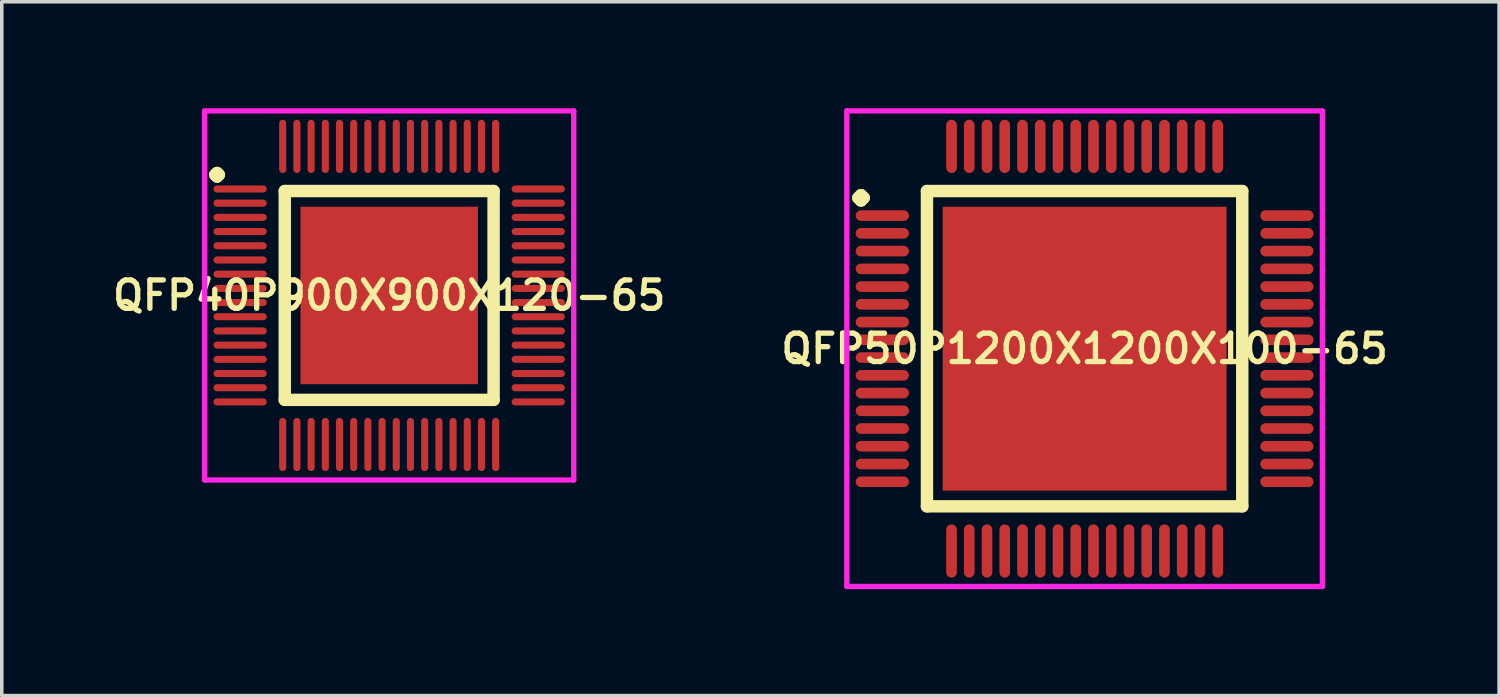
<source format=kicad_pcb>
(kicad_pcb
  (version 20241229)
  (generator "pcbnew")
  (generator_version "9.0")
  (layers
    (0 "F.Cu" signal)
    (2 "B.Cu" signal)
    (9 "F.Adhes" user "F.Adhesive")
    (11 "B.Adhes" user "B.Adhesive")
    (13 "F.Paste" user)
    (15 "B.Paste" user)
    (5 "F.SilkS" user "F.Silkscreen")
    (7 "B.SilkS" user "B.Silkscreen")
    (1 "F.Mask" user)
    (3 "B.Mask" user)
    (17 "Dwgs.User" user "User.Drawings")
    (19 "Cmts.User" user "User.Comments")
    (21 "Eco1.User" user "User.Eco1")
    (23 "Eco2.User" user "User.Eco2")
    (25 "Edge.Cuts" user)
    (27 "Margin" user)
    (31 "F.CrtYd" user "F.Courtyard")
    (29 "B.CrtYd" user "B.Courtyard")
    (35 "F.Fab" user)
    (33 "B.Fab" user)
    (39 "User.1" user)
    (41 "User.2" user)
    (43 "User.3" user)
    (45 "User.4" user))
  (footprint "QFP40P900X900X120-65"
    (layer "F.Cu")
    (at 7.916 5.275)
    (property "Reference" "QFP40P900X900X120-65" (at 0 0 0) (layer "F.SilkS") (effects (font (size 0.8 0.8) (thickness 0.15))))
    (attr smd)
    (fp_line (start -4.9 -3.4) (end -4.85 -3.45) (stroke (width 0.35) (type solid)) (layer "F.SilkS"))
    (fp_line (start -4.85 -3.45) (end -4.8 -3.4) (stroke (width 0.35) (type solid)) (layer "F.SilkS"))
    (fp_line (start -4.85 -3.35) (end -4.9 -3.4) (stroke (width 0.35) (type solid)) (layer "F.SilkS"))
    (fp_line (start -4.8 -3.4) (end -4.85 -3.35) (stroke (width 0.35) (type solid)) (layer "F.SilkS"))
    (fp_line (start -2.942 -2.942) (end -2.942 2.942) (stroke (width 0.35) (type solid)) (layer "F.SilkS"))
    (fp_line (start -2.942 2.942) (end 2.942 2.942) (stroke (width 0.35) (type solid)) (layer "F.SilkS"))
    (fp_line (start 2.942 -2.942) (end -2.942 -2.942) (stroke (width 0.35) (type solid)) (layer "F.SilkS"))
    (fp_line (start 2.942 2.942) (end 2.942 -2.942) (stroke (width 0.35) (type solid)) (layer "F.SilkS"))
    (fp_line (start -5.2 -5.2) (end 5.2 -5.2) (stroke (width 0.15) (type solid)) (layer "F.CrtYd"))
    (fp_line (start -5.2 5.2) (end -5.2 -5.2) (stroke (width 0.15) (type solid)) (layer "F.CrtYd"))
    (fp_line (start 5.2 -5.2) (end 5.2 5.2) (stroke (width 0.15) (type solid)) (layer "F.CrtYd"))
    (fp_line (start 5.2 5.2) (end -5.2 5.2) (stroke (width 0.15) (type solid)) (layer "F.CrtYd"))
    (pad "1" smd oval (at -4.2 -3) (size 1.5 0.2) (layers "F.Cu" "F.Mask" "F.Paste"))
    (pad "2" smd oval (at -4.2 -2.6) (size 1.5 0.2) (layers "F.Cu" "F.Mask" "F.Paste"))
    (pad "3" smd oval (at -4.2 -2.2) (size 1.5 0.2) (layers "F.Cu" "F.Mask" "F.Paste"))
    (pad "4" smd oval (at -4.2 -1.8) (size 1.5 0.2) (layers "F.Cu" "F.Mask" "F.Paste"))
    (pad "5" smd oval (at -4.2 -1.4) (size 1.5 0.2) (layers "F.Cu" "F.Mask" "F.Paste"))
    (pad "6" smd oval (at -4.2 -1) (size 1.5 0.2) (layers "F.Cu" "F.Mask" "F.Paste"))
    (pad "7" smd oval (at -4.2 -0.6) (size 1.5 0.2) (layers "F.Cu" "F.Mask" "F.Paste"))
    (pad "8" smd oval (at -4.2 -0.2) (size 1.5 0.2) (layers "F.Cu" "F.Mask" "F.Paste"))
    (pad "9" smd oval (at -4.2 0.2) (size 1.5 0.2) (layers "F.Cu" "F.Mask" "F.Paste"))
    (pad "10" smd oval (at -4.2 0.6) (size 1.5 0.2) (layers "F.Cu" "F.Mask" "F.Paste"))
    (pad "11" smd oval (at -4.2 1) (size 1.5 0.2) (layers "F.Cu" "F.Mask" "F.Paste"))
    (pad "12" smd oval (at -4.2 1.4) (size 1.5 0.2) (layers "F.Cu" "F.Mask" "F.Paste"))
    (pad "13" smd oval (at -4.2 1.8) (size 1.5 0.2) (layers "F.Cu" "F.Mask" "F.Paste"))
    (pad "14" smd oval (at -4.2 2.2) (size 1.5 0.2) (layers "F.Cu" "F.Mask" "F.Paste"))
    (pad "15" smd oval (at -4.2 2.6) (size 1.5 0.2) (layers "F.Cu" "F.Mask" "F.Paste"))
    (pad "16" smd oval (at -4.2 3) (size 1.5 0.2) (layers "F.Cu" "F.Mask" "F.Paste"))
    (pad "17" smd oval (at -3 4.2) (size 0.2 1.5) (layers "F.Cu" "F.Mask" "F.Paste"))
    (pad "18" smd oval (at -2.6 4.2) (size 0.2 1.5) (layers "F.Cu" "F.Mask" "F.Paste"))
    (pad "19" smd oval (at -2.2 4.2) (size 0.2 1.5) (layers "F.Cu" "F.Mask" "F.Paste"))
    (pad "20" smd oval (at -1.8 4.2) (size 0.2 1.5) (layers "F.Cu" "F.Mask" "F.Paste"))
    (pad "21" smd oval (at -1.4 4.2) (size 0.2 1.5) (layers "F.Cu" "F.Mask" "F.Paste"))
    (pad "22" smd oval (at -1 4.2) (size 0.2 1.5) (layers "F.Cu" "F.Mask" "F.Paste"))
    (pad "23" smd oval (at -0.6 4.2) (size 0.2 1.5) (layers "F.Cu" "F.Mask" "F.Paste"))
    (pad "24" smd oval (at -0.2 4.2) (size 0.2 1.5) (layers "F.Cu" "F.Mask" "F.Paste"))
    (pad "25" smd oval (at 0.2 4.2) (size 0.2 1.5) (layers "F.Cu" "F.Mask" "F.Paste"))
    (pad "26" smd oval (at 0.6 4.2) (size 0.2 1.5) (layers "F.Cu" "F.Mask" "F.Paste"))
    (pad "27" smd oval (at 1 4.2) (size 0.2 1.5) (layers "F.Cu" "F.Mask" "F.Paste"))
    (pad "28" smd oval (at 1.4 4.2) (size 0.2 1.5) (layers "F.Cu" "F.Mask" "F.Paste"))
    (pad "29" smd oval (at 1.8 4.2) (size 0.2 1.5) (layers "F.Cu" "F.Mask" "F.Paste"))
    (pad "30" smd oval (at 2.2 4.2) (size 0.2 1.5) (layers "F.Cu" "F.Mask" "F.Paste"))
    (pad "31" smd oval (at 2.6 4.2) (size 0.2 1.5) (layers "F.Cu" "F.Mask" "F.Paste"))
    (pad "32" smd oval (at 3 4.2) (size 0.2 1.5) (layers "F.Cu" "F.Mask" "F.Paste"))
    (pad "33" smd oval (at 4.2 3) (size 1.5 0.2) (layers "F.Cu" "F.Mask" "F.Paste"))
    (pad "34" smd oval (at 4.2 2.6) (size 1.5 0.2) (layers "F.Cu" "F.Mask" "F.Paste"))
    (pad "35" smd oval (at 4.2 2.2) (size 1.5 0.2) (layers "F.Cu" "F.Mask" "F.Paste"))
    (pad "36" smd oval (at 4.2 1.8) (size 1.5 0.2) (layers "F.Cu" "F.Mask" "F.Paste"))
    (pad "37" smd oval (at 4.2 1.4) (size 1.5 0.2) (layers "F.Cu" "F.Mask" "F.Paste"))
    (pad "38" smd oval (at 4.2 1) (size 1.5 0.2) (layers "F.Cu" "F.Mask" "F.Paste"))
    (pad "39" smd oval (at 4.2 0.6) (size 1.5 0.2) (layers "F.Cu" "F.Mask" "F.Paste"))
    (pad "40" smd oval (at 4.2 0.2) (size 1.5 0.2) (layers "F.Cu" "F.Mask" "F.Paste"))
    (pad "41" smd oval (at 4.2 -0.2) (size 1.5 0.2) (layers "F.Cu" "F.Mask" "F.Paste"))
    (pad "42" smd oval (at 4.2 -0.6) (size 1.5 0.2) (layers "F.Cu" "F.Mask" "F.Paste"))
    (pad "43" smd oval (at 4.2 -1) (size 1.5 0.2) (layers "F.Cu" "F.Mask" "F.Paste"))
    (pad "44" smd oval (at 4.2 -1.4) (size 1.5 0.2) (layers "F.Cu" "F.Mask" "F.Paste"))
    (pad "45" smd oval (at 4.2 -1.8) (size 1.5 0.2) (layers "F.Cu" "F.Mask" "F.Paste"))
    (pad "46" smd oval (at 4.2 -2.2) (size 1.5 0.2) (layers "F.Cu" "F.Mask" "F.Paste"))
    (pad "47" smd oval (at 4.2 -2.6) (size 1.5 0.2) (layers "F.Cu" "F.Mask" "F.Paste"))
    (pad "48" smd oval (at 4.2 -3) (size 1.5 0.2) (layers "F.Cu" "F.Mask" "F.Paste"))
    (pad "49" smd oval (at 3 -4.2) (size 0.2 1.5) (layers "F.Cu" "F.Mask" "F.Paste"))
    (pad "50" smd oval (at 2.6 -4.2) (size 0.2 1.5) (layers "F.Cu" "F.Mask" "F.Paste"))
    (pad "51" smd oval (at 2.2 -4.2) (size 0.2 1.5) (layers "F.Cu" "F.Mask" "F.Paste"))
    (pad "52" smd oval (at 1.8 -4.2) (size 0.2 1.5) (layers "F.Cu" "F.Mask" "F.Paste"))
    (pad "53" smd oval (at 1.4 -4.2) (size 0.2 1.5) (layers "F.Cu" "F.Mask" "F.Paste"))
    (pad "54" smd oval (at 1 -4.2) (size 0.2 1.5) (layers "F.Cu" "F.Mask" "F.Paste"))
    (pad "55" smd oval (at 0.6 -4.2) (size 0.2 1.5) (layers "F.Cu" "F.Mask" "F.Paste"))
    (pad "56" smd oval (at 0.2 -4.2) (size 0.2 1.5) (layers "F.Cu" "F.Mask" "F.Paste"))
    (pad "57" smd oval (at -0.2 -4.2) (size 0.2 1.5) (layers "F.Cu" "F.Mask" "F.Paste"))
    (pad "58" smd oval (at -0.6 -4.2) (size 0.2 1.5) (layers "F.Cu" "F.Mask" "F.Paste"))
    (pad "59" smd oval (at -1 -4.2) (size 0.2 1.5) (layers "F.Cu" "F.Mask" "F.Paste"))
    (pad "60" smd oval (at -1.4 -4.2) (size 0.2 1.5) (layers "F.Cu" "F.Mask" "F.Paste"))
    (pad "61" smd oval (at -1.8 -4.2) (size 0.2 1.5) (layers "F.Cu" "F.Mask" "F.Paste"))
    (pad "62" smd oval (at -2.2 -4.2) (size 0.2 1.5) (layers "F.Cu" "F.Mask" "F.Paste"))
    (pad "63" smd oval (at -2.6 -4.2) (size 0.2 1.5) (layers "F.Cu" "F.Mask" "F.Paste"))
    (pad "64" smd oval (at -3 -4.2) (size 0.2 1.5) (layers "F.Cu" "F.Mask" "F.Paste"))
    (pad "65" smd rect (at 0 0) (size 5 5) (layers "F.Cu" "F.Mask" "F.Paste")))
  (footprint "QFP50P1200X1200X100-65"
    (layer "F.Cu")
    (at 27.511 6.775)
    (property "Reference" "QFP50P1200X1200X100-65" (at 0 0 0) (layer "F.SilkS") (effects (font (size 0.8 0.8) (thickness 0.15))))
    (attr smd)
    (fp_line (start -6.375 -4.25) (end -6.3 -4.325) (stroke (width 0.35) (type solid)) (layer "F.SilkS"))
    (fp_line (start -6.3 -4.325) (end -6.225 -4.25) (stroke (width 0.35) (type solid)) (layer "F.SilkS"))
    (fp_line (start -6.3 -4.175) (end -6.375 -4.25) (stroke (width 0.35) (type solid)) (layer "F.SilkS"))
    (fp_line (start -6.225 -4.25) (end -6.3 -4.175) (stroke (width 0.35) (type solid)) (layer "F.SilkS"))
    (fp_line (start -4.442 -4.442) (end -4.442 4.442) (stroke (width 0.35) (type solid)) (layer "F.SilkS"))
    (fp_line (start -4.442 4.442) (end 4.442 4.442) (stroke (width 0.35) (type solid)) (layer "F.SilkS"))
    (fp_line (start 4.442 -4.442) (end -4.442 -4.442) (stroke (width 0.35) (type solid)) (layer "F.SilkS"))
    (fp_line (start 4.442 4.442) (end 4.442 -4.442) (stroke (width 0.35) (type solid)) (layer "F.SilkS"))
    (fp_line (start -6.7 -6.7) (end 6.7 -6.7) (stroke (width 0.15) (type solid)) (layer "F.CrtYd"))
    (fp_line (start -6.7 6.7) (end -6.7 -6.7) (stroke (width 0.15) (type solid)) (layer "F.CrtYd"))
    (fp_line (start 6.7 -6.7) (end 6.7 6.7) (stroke (width 0.15) (type solid)) (layer "F.CrtYd"))
    (fp_line (start 6.7 6.7) (end -6.7 6.7) (stroke (width 0.15) (type solid)) (layer "F.CrtYd"))
    (pad "1" smd oval (at -5.7 -3.75) (size 1.5 0.3) (layers "F.Cu" "F.Mask" "F.Paste"))
    (pad "2" smd oval (at -5.7 -3.25) (size 1.5 0.3) (layers "F.Cu" "F.Mask" "F.Paste"))
    (pad "3" smd oval (at -5.7 -2.75) (size 1.5 0.3) (layers "F.Cu" "F.Mask" "F.Paste"))
    (pad "4" smd oval (at -5.7 -2.25) (size 1.5 0.3) (layers "F.Cu" "F.Mask" "F.Paste"))
    (pad "5" smd oval (at -5.7 -1.75) (size 1.5 0.3) (layers "F.Cu" "F.Mask" "F.Paste"))
    (pad "6" smd oval (at -5.7 -1.25) (size 1.5 0.3) (layers "F.Cu" "F.Mask" "F.Paste"))
    (pad "7" smd oval (at -5.7 -0.75) (size 1.5 0.3) (layers "F.Cu" "F.Mask" "F.Paste"))
    (pad "8" smd oval (at -5.7 -0.25) (size 1.5 0.3) (layers "F.Cu" "F.Mask" "F.Paste"))
    (pad "9" smd oval (at -5.7 0.25) (size 1.5 0.3) (layers "F.Cu" "F.Mask" "F.Paste"))
    (pad "10" smd oval (at -5.7 0.75) (size 1.5 0.3) (layers "F.Cu" "F.Mask" "F.Paste"))
    (pad "11" smd oval (at -5.7 1.25) (size 1.5 0.3) (layers "F.Cu" "F.Mask" "F.Paste"))
    (pad "12" smd oval (at -5.7 1.75) (size 1.5 0.3) (layers "F.Cu" "F.Mask" "F.Paste"))
    (pad "13" smd oval (at -5.7 2.25) (size 1.5 0.3) (layers "F.Cu" "F.Mask" "F.Paste"))
    (pad "14" smd oval (at -5.7 2.75) (size 1.5 0.3) (layers "F.Cu" "F.Mask" "F.Paste"))
    (pad "15" smd oval (at -5.7 3.25) (size 1.5 0.3) (layers "F.Cu" "F.Mask" "F.Paste"))
    (pad "16" smd oval (at -5.7 3.75) (size 1.5 0.3) (layers "F.Cu" "F.Mask" "F.Paste"))
    (pad "17" smd oval (at -3.75 5.7) (size 0.3 1.5) (layers "F.Cu" "F.Mask" "F.Paste"))
    (pad "18" smd oval (at -3.25 5.7) (size 0.3 1.5) (layers "F.Cu" "F.Mask" "F.Paste"))
    (pad "19" smd oval (at -2.75 5.7) (size 0.3 1.5) (layers "F.Cu" "F.Mask" "F.Paste"))
    (pad "20" smd oval (at -2.25 5.7) (size 0.3 1.5) (layers "F.Cu" "F.Mask" "F.Paste"))
    (pad "21" smd oval (at -1.75 5.7) (size 0.3 1.5) (layers "F.Cu" "F.Mask" "F.Paste"))
    (pad "22" smd oval (at -1.25 5.7) (size 0.3 1.5) (layers "F.Cu" "F.Mask" "F.Paste"))
    (pad "23" smd oval (at -0.75 5.7) (size 0.3 1.5) (layers "F.Cu" "F.Mask" "F.Paste"))
    (pad "24" smd oval (at -0.25 5.7) (size 0.3 1.5) (layers "F.Cu" "F.Mask" "F.Paste"))
    (pad "25" smd oval (at 0.25 5.7) (size 0.3 1.5) (layers "F.Cu" "F.Mask" "F.Paste"))
    (pad "26" smd oval (at 0.75 5.7) (size 0.3 1.5) (layers "F.Cu" "F.Mask" "F.Paste"))
    (pad "27" smd oval (at 1.25 5.7) (size 0.3 1.5) (layers "F.Cu" "F.Mask" "F.Paste"))
    (pad "28" smd oval (at 1.75 5.7) (size 0.3 1.5) (layers "F.Cu" "F.Mask" "F.Paste"))
    (pad "29" smd oval (at 2.25 5.7) (size 0.3 1.5) (layers "F.Cu" "F.Mask" "F.Paste"))
    (pad "30" smd oval (at 2.75 5.7) (size 0.3 1.5) (layers "F.Cu" "F.Mask" "F.Paste"))
    (pad "31" smd oval (at 3.25 5.7) (size 0.3 1.5) (layers "F.Cu" "F.Mask" "F.Paste"))
    (pad "32" smd oval (at 3.75 5.7) (size 0.3 1.5) (layers "F.Cu" "F.Mask" "F.Paste"))
    (pad "33" smd oval (at 5.7 3.75) (size 1.5 0.3) (layers "F.Cu" "F.Mask" "F.Paste"))
    (pad "34" smd oval (at 5.7 3.25) (size 1.5 0.3) (layers "F.Cu" "F.Mask" "F.Paste"))
    (pad "35" smd oval (at 5.7 2.75) (size 1.5 0.3) (layers "F.Cu" "F.Mask" "F.Paste"))
    (pad "36" smd oval (at 5.7 2.25) (size 1.5 0.3) (layers "F.Cu" "F.Mask" "F.Paste"))
    (pad "37" smd oval (at 5.7 1.75) (size 1.5 0.3) (layers "F.Cu" "F.Mask" "F.Paste"))
    (pad "38" smd oval (at 5.7 1.25) (size 1.5 0.3) (layers "F.Cu" "F.Mask" "F.Paste"))
    (pad "39" smd oval (at 5.7 0.75) (size 1.5 0.3) (layers "F.Cu" "F.Mask" "F.Paste"))
    (pad "40" smd oval (at 5.7 0.25) (size 1.5 0.3) (layers "F.Cu" "F.Mask" "F.Paste"))
    (pad "41" smd oval (at 5.7 -0.25) (size 1.5 0.3) (layers "F.Cu" "F.Mask" "F.Paste"))
    (pad "42" smd oval (at 5.7 -0.75) (size 1.5 0.3) (layers "F.Cu" "F.Mask" "F.Paste"))
    (pad "43" smd oval (at 5.7 -1.25) (size 1.5 0.3) (layers "F.Cu" "F.Mask" "F.Paste"))
    (pad "44" smd oval (at 5.7 -1.75) (size 1.5 0.3) (layers "F.Cu" "F.Mask" "F.Paste"))
    (pad "45" smd oval (at 5.7 -2.25) (size 1.5 0.3) (layers "F.Cu" "F.Mask" "F.Paste"))
    (pad "46" smd oval (at 5.7 -2.75) (size 1.5 0.3) (layers "F.Cu" "F.Mask" "F.Paste"))
    (pad "47" smd oval (at 5.7 -3.25) (size 1.5 0.3) (layers "F.Cu" "F.Mask" "F.Paste"))
    (pad "48" smd oval (at 5.7 -3.75) (size 1.5 0.3) (layers "F.Cu" "F.Mask" "F.Paste"))
    (pad "49" smd oval (at 3.75 -5.7) (size 0.3 1.5) (layers "F.Cu" "F.Mask" "F.Paste"))
    (pad "50" smd oval (at 3.25 -5.7) (size 0.3 1.5) (layers "F.Cu" "F.Mask" "F.Paste"))
    (pad "51" smd oval (at 2.75 -5.7) (size 0.3 1.5) (layers "F.Cu" "F.Mask" "F.Paste"))
    (pad "52" smd oval (at 2.25 -5.7) (size 0.3 1.5) (layers "F.Cu" "F.Mask" "F.Paste"))
    (pad "53" smd oval (at 1.75 -5.7) (size 0.3 1.5) (layers "F.Cu" "F.Mask" "F.Paste"))
    (pad "54" smd oval (at 1.25 -5.7) (size 0.3 1.5) (layers "F.Cu" "F.Mask" "F.Paste"))
    (pad "55" smd oval (at 0.75 -5.7) (size 0.3 1.5) (layers "F.Cu" "F.Mask" "F.Paste"))
    (pad "56" smd oval (at 0.25 -5.7) (size 0.3 1.5) (layers "F.Cu" "F.Mask" "F.Paste"))
    (pad "57" smd oval (at -0.25 -5.7) (size 0.3 1.5) (layers "F.Cu" "F.Mask" "F.Paste"))
    (pad "58" smd oval (at -0.75 -5.7) (size 0.3 1.5) (layers "F.Cu" "F.Mask" "F.Paste"))
    (pad "59" smd oval (at -1.25 -5.7) (size 0.3 1.5) (layers "F.Cu" "F.Mask" "F.Paste"))
    (pad "60" smd oval (at -1.75 -5.7) (size 0.3 1.5) (layers "F.Cu" "F.Mask" "F.Paste"))
    (pad "61" smd oval (at -2.25 -5.7) (size 0.3 1.5) (layers "F.Cu" "F.Mask" "F.Paste"))
    (pad "62" smd oval (at -2.75 -5.7) (size 0.3 1.5) (layers "F.Cu" "F.Mask" "F.Paste"))
    (pad "63" smd oval (at -3.25 -5.7) (size 0.3 1.5) (layers "F.Cu" "F.Mask" "F.Paste"))
    (pad "64" smd oval (at -3.75 -5.7) (size 0.3 1.5) (layers "F.Cu" "F.Mask" "F.Paste"))
    (pad "65" smd rect (at 0 0) (size 8 8) (layers "F.Cu" "F.Mask" "F.Paste")))
  (gr_rect
    (start -3 -3)
    (end 39.19 16.55)
    (stroke (width 0.1) (type default))
    (fill no)
    (layer "Edge.Cuts")))
</source>
